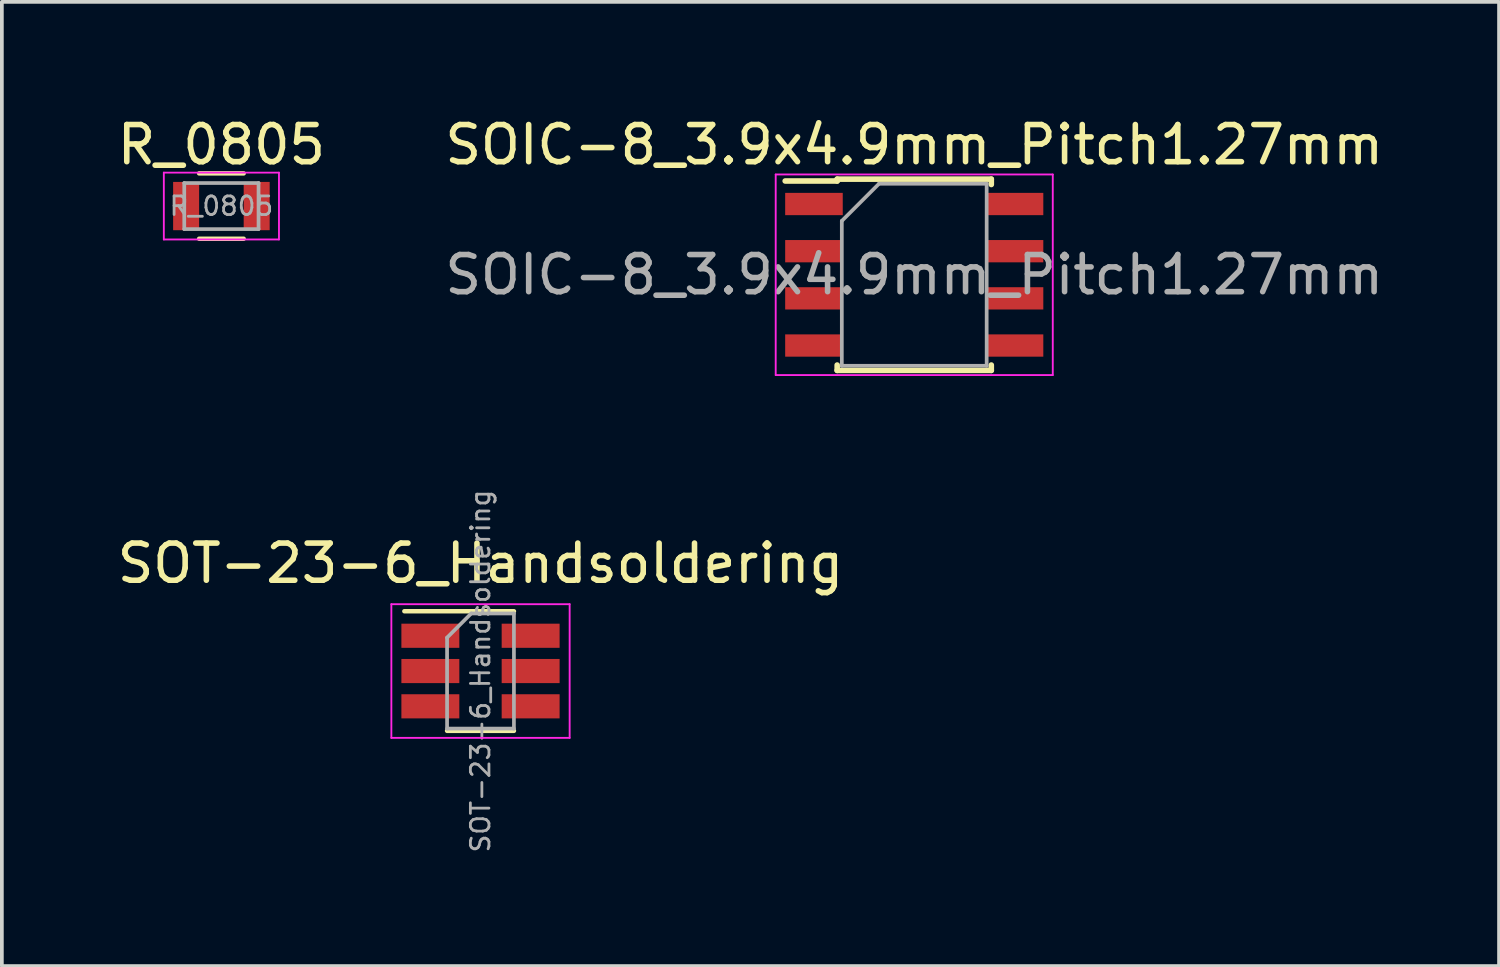
<source format=kicad_pcb>
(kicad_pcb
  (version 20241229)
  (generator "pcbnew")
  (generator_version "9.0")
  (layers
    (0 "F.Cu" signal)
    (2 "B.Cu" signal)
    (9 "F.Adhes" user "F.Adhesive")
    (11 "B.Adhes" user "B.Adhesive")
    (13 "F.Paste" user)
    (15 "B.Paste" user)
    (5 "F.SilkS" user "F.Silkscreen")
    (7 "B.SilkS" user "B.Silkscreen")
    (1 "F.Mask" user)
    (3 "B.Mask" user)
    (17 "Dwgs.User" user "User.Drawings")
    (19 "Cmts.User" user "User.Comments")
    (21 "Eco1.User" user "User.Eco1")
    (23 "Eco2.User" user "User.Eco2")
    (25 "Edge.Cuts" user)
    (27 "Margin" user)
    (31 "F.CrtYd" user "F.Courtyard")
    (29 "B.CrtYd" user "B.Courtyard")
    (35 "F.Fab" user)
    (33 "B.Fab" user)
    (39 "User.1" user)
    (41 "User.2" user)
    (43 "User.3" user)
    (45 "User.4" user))
  (footprint "R_0805"
    (layer "F.Cu")
    (at 2.911 2.498)
    (property "Reference" "R_0805" (at 0 -1.65 0) (layer "F.SilkS") (effects (font (size 1 1) (thickness 0.15))))
    (attr smd)
    (fp_line (start -0.6 -0.88) (end 0.6 -0.88) (stroke (width 0.12) (type solid)) (layer "F.SilkS"))
    (fp_line (start 0.6 0.88) (end -0.6 0.88) (stroke (width 0.12) (type solid)) (layer "F.SilkS"))
    (fp_line (start -1.55 -0.9) (end -1.55 0.9) (stroke (width 0.05) (type solid)) (layer "F.CrtYd"))
    (fp_line (start -1.55 -0.9) (end 1.55 -0.9) (stroke (width 0.05) (type solid)) (layer "F.CrtYd"))
    (fp_line (start 1.55 0.9) (end -1.55 0.9) (stroke (width 0.05) (type solid)) (layer "F.CrtYd"))
    (fp_line (start 1.55 0.9) (end 1.55 -0.9) (stroke (width 0.05) (type solid)) (layer "F.CrtYd"))
    (fp_line (start -1 -0.62) (end 1 -0.62) (stroke (width 0.1) (type solid)) (layer "F.Fab"))
    (fp_line (start -1 0.62) (end -1 -0.62) (stroke (width 0.1) (type solid)) (layer "F.Fab"))
    (fp_line (start 1 -0.62) (end 1 0.62) (stroke (width 0.1) (type solid)) (layer "F.Fab"))
    (fp_line (start 1 0.62) (end -1 0.62) (stroke (width 0.1) (type solid)) (layer "F.Fab"))
    (fp_text user "${REFERENCE}" (at 0 0 0) (layer "F.Fab") (effects (font (size 0.5 0.5) (thickness 0.075))))
    (pad "1" smd rect (at -0.95 0) (size 0.7 1.3) (layers "F.Cu" "F.Mask" "F.Paste"))
    (pad "2" smd rect (at 0.95 0) (size 0.7 1.3) (layers "F.Cu" "F.Mask" "F.Paste")))
  (footprint "SOIC-8_3.9x4.9mm_Pitch1.27mm"
    (layer "F.Cu")
    (at 21.565 4.348)
    (property "Reference" "SOIC-8_3.9x4.9mm_Pitch1.27mm" (at 0 -3.5 0) (layer "F.SilkS") (effects (font (size 1 1) (thickness 0.15))))
    (attr smd)
    (fp_line (start -2.075 -2.575) (end -2.075 -2.525) (stroke (width 0.15) (type solid)) (layer "F.SilkS"))
    (fp_line (start -2.075 -2.575) (end 2.075 -2.575) (stroke (width 0.15) (type solid)) (layer "F.SilkS"))
    (fp_line (start -2.075 -2.525) (end -3.475 -2.525) (stroke (width 0.15) (type solid)) (layer "F.SilkS"))
    (fp_line (start -2.075 2.575) (end -2.075 2.43) (stroke (width 0.15) (type solid)) (layer "F.SilkS"))
    (fp_line (start -2.075 2.575) (end 2.075 2.575) (stroke (width 0.15) (type solid)) (layer "F.SilkS"))
    (fp_line (start 2.075 -2.575) (end 2.075 -2.43) (stroke (width 0.15) (type solid)) (layer "F.SilkS"))
    (fp_line (start 2.075 2.575) (end 2.075 2.43) (stroke (width 0.15) (type solid)) (layer "F.SilkS"))
    (fp_line (start -3.73 -2.7) (end -3.73 2.7) (stroke (width 0.05) (type solid)) (layer "F.CrtYd"))
    (fp_line (start -3.73 -2.7) (end 3.73 -2.7) (stroke (width 0.05) (type solid)) (layer "F.CrtYd"))
    (fp_line (start -3.73 2.7) (end 3.73 2.7) (stroke (width 0.05) (type solid)) (layer "F.CrtYd"))
    (fp_line (start 3.73 -2.7) (end 3.73 2.7) (stroke (width 0.05) (type solid)) (layer "F.CrtYd"))
    (fp_line (start -1.95 -1.45) (end -0.95 -2.45) (stroke (width 0.1) (type solid)) (layer "F.Fab"))
    (fp_line (start -1.95 2.45) (end -1.95 -1.45) (stroke (width 0.1) (type solid)) (layer "F.Fab"))
    (fp_line (start -0.95 -2.45) (end 1.95 -2.45) (stroke (width 0.1) (type solid)) (layer "F.Fab"))
    (fp_line (start 1.95 -2.45) (end 1.95 2.45) (stroke (width 0.1) (type solid)) (layer "F.Fab"))
    (fp_line (start 1.95 2.45) (end -1.95 2.45) (stroke (width 0.1) (type solid)) (layer "F.Fab"))
    (fp_text user "${REFERENCE}" (at 0 0 0) (layer "F.Fab") (effects (font (size 1 1) (thickness 0.15))))
    (pad "1" smd rect (at -2.7 -1.905) (size 1.55 0.6) (layers "F.Cu" "F.Mask" "F.Paste"))
    (pad "2" smd rect (at -2.7 -0.635) (size 1.55 0.6) (layers "F.Cu" "F.Mask" "F.Paste"))
    (pad "3" smd rect (at -2.7 0.635) (size 1.55 0.6) (layers "F.Cu" "F.Mask" "F.Paste"))
    (pad "4" smd rect (at -2.7 1.905) (size 1.55 0.6) (layers "F.Cu" "F.Mask" "F.Paste"))
    (pad "5" smd rect (at 2.7 1.905) (size 1.55 0.6) (layers "F.Cu" "F.Mask" "F.Paste"))
    (pad "6" smd rect (at 2.7 0.635) (size 1.55 0.6) (layers "F.Cu" "F.Mask" "F.Paste"))
    (pad "7" smd rect (at 2.7 -0.635) (size 1.55 0.6) (layers "F.Cu" "F.Mask" "F.Paste"))
    (pad "8" smd rect (at 2.7 -1.905) (size 1.55 0.6) (layers "F.Cu" "F.Mask" "F.Paste")))
  (footprint "SOT-23-6_Handsoldering"
    (layer "F.Cu")
    (at 9.887 15.017)
    (property "Reference" "SOT-23-6_Handsoldering" (at 0 -2.9 0) (layer "F.SilkS") (effects (font (size 1 1) (thickness 0.15))))
    (attr smd)
    (fp_line (start -0.9 1.61) (end 0.9 1.61) (stroke (width 0.12) (type solid)) (layer "F.SilkS"))
    (fp_line (start 0.9 -1.61) (end -2.05 -1.61) (stroke (width 0.12) (type solid)) (layer "F.SilkS"))
    (fp_line (start -2.4 -1.8) (end 2.4 -1.8) (stroke (width 0.05) (type solid)) (layer "F.CrtYd"))
    (fp_line (start -2.4 1.8) (end -2.4 -1.8) (stroke (width 0.05) (type solid)) (layer "F.CrtYd"))
    (fp_line (start 2.4 -1.8) (end 2.4 1.8) (stroke (width 0.05) (type solid)) (layer "F.CrtYd"))
    (fp_line (start 2.4 1.8) (end -2.4 1.8) (stroke (width 0.05) (type solid)) (layer "F.CrtYd"))
    (fp_line (start -0.9 -0.9) (end -0.9 1.55) (stroke (width 0.1) (type solid)) (layer "F.Fab"))
    (fp_line (start -0.9 -0.9) (end -0.25 -1.55) (stroke (width 0.1) (type solid)) (layer "F.Fab"))
    (fp_line (start 0.9 -1.55) (end -0.25 -1.55) (stroke (width 0.1) (type solid)) (layer "F.Fab"))
    (fp_line (start 0.9 -1.55) (end 0.9 1.55) (stroke (width 0.1) (type solid)) (layer "F.Fab"))
    (fp_line (start 0.9 1.55) (end -0.9 1.55) (stroke (width 0.1) (type solid)) (layer "F.Fab"))
    (fp_text user "${REFERENCE}" (at 0 0 90) (layer "F.Fab") (effects (font (size 0.5 0.5) (thickness 0.075))))
    (pad "1" smd rect (at -1.35 -0.95) (size 1.56 0.65) (layers "F.Cu" "F.Mask" "F.Paste"))
    (pad "2" smd rect (at -1.35 0) (size 1.56 0.65) (layers "F.Cu" "F.Mask" "F.Paste"))
    (pad "3" smd rect (at -1.35 0.95) (size 1.56 0.65) (layers "F.Cu" "F.Mask" "F.Paste"))
    (pad "4" smd rect (at 1.35 0.95) (size 1.56 0.65) (layers "F.Cu" "F.Mask" "F.Paste"))
    (pad "5" smd rect (at 1.35 0) (size 1.56 0.65) (layers "F.Cu" "F.Mask" "F.Paste"))
    (pad "6" smd rect (at 1.35 -0.95) (size 1.56 0.65) (layers "F.Cu" "F.Mask" "F.Paste")))
  (gr_rect
    (start -3 -3)
    (end 37.31 22.96)
    (stroke (width 0.1) (type default))
    (fill no)
    (layer "Edge.Cuts")))
</source>
